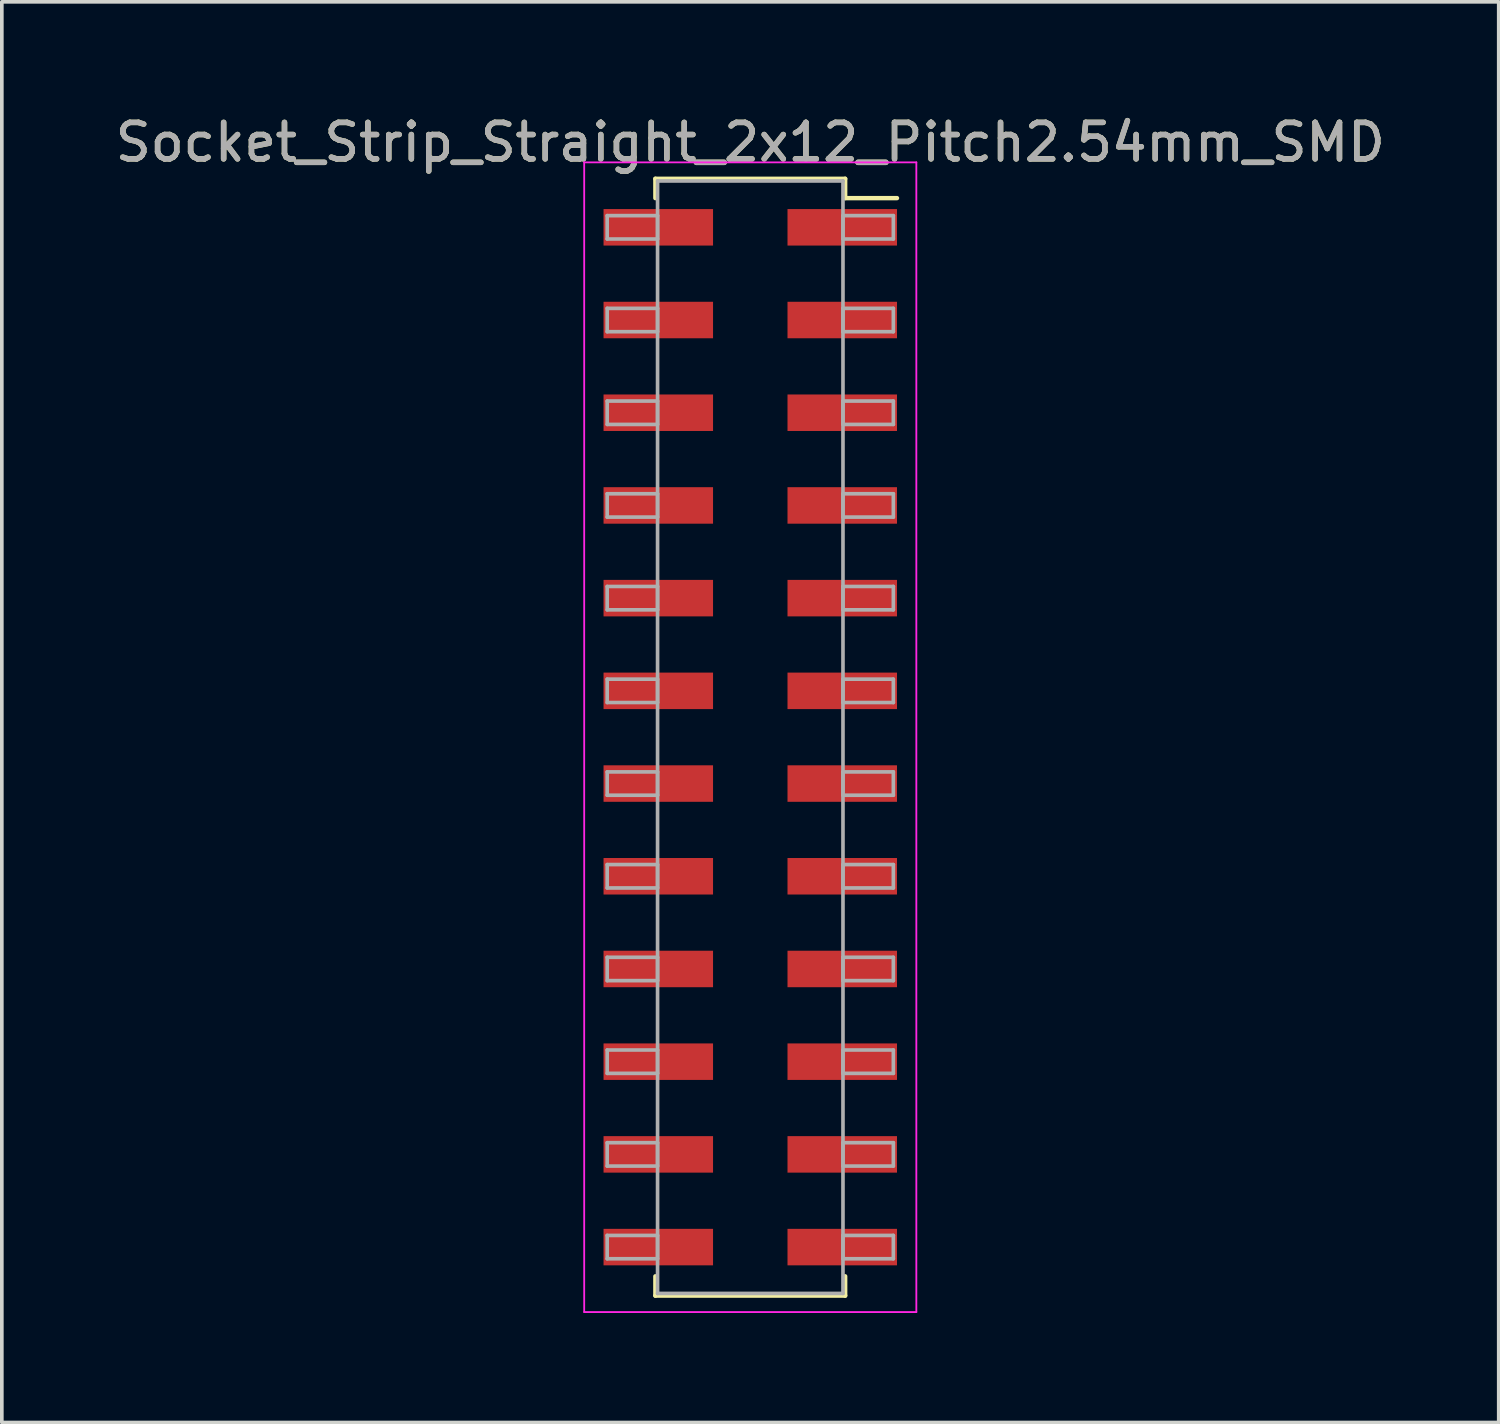
<source format=kicad_pcb>
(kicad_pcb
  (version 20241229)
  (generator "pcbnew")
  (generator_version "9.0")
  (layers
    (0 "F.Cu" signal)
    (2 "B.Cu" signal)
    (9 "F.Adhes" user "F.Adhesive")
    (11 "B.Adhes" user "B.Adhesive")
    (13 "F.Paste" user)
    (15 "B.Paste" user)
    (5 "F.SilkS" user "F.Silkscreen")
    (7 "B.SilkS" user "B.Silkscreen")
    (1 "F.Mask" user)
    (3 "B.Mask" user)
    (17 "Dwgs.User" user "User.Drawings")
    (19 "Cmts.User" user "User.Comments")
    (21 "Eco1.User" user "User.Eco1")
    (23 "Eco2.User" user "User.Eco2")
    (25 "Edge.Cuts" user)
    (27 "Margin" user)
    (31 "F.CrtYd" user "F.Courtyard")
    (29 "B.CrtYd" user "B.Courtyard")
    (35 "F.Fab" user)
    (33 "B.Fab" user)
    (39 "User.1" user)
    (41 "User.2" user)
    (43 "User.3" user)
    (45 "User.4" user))
  (footprint "Socket_Strip_Straight_2x12_Pitch2.54mm_SMD"
    (layer "F.Cu")
    (at 17.506 17.148)
    (property "Reference" "Socket_Strip_Straight_2x12_Pitch2.54mm_SMD" (at 0 -16.3 0) (layer "F.SilkS") (effects (font (size 1 1) (thickness 0.15))))
    (attr smd)
    (fp_line (start -2.6 -15.3) (end 2.6 -15.3) (stroke (width 0.12) (type solid)) (layer "F.SilkS"))
    (fp_line (start -2.6 -14.77) (end -2.6 -15.3) (stroke (width 0.12) (type solid)) (layer "F.SilkS"))
    (fp_line (start -2.6 14.77) (end -2.6 15.3) (stroke (width 0.12) (type solid)) (layer "F.SilkS"))
    (fp_line (start -2.6 15.3) (end 2.6 15.3) (stroke (width 0.12) (type solid)) (layer "F.SilkS"))
    (fp_line (start 2.6 -15.3) (end 2.6 -14.77) (stroke (width 0.12) (type solid)) (layer "F.SilkS"))
    (fp_line (start 2.6 15.3) (end 2.6 14.77) (stroke (width 0.12) (type solid)) (layer "F.SilkS"))
    (fp_line (start 4.02 -14.77) (end 2.6 -14.77) (stroke (width 0.12) (type solid)) (layer "F.SilkS"))
    (fp_line (start -4.55 -15.75) (end -4.55 15.75) (stroke (width 0.05) (type solid)) (layer "F.CrtYd"))
    (fp_line (start -4.55 15.75) (end 4.55 15.75) (stroke (width 0.05) (type solid)) (layer "F.CrtYd"))
    (fp_line (start 4.55 -15.75) (end -4.55 -15.75) (stroke (width 0.05) (type solid)) (layer "F.CrtYd"))
    (fp_line (start 4.55 15.75) (end 4.55 -15.75) (stroke (width 0.05) (type solid)) (layer "F.CrtYd"))
    (fp_line (start -3.92 -14.29) (end -2.54 -14.29) (stroke (width 0.1) (type solid)) (layer "F.Fab"))
    (fp_line (start -3.92 -13.65) (end -3.92 -14.29) (stroke (width 0.1) (type solid)) (layer "F.Fab"))
    (fp_line (start -3.92 -11.75) (end -2.54 -11.75) (stroke (width 0.1) (type solid)) (layer "F.Fab"))
    (fp_line (start -3.92 -11.11) (end -3.92 -11.75) (stroke (width 0.1) (type solid)) (layer "F.Fab"))
    (fp_line (start -3.92 -9.21) (end -2.54 -9.21) (stroke (width 0.1) (type solid)) (layer "F.Fab"))
    (fp_line (start -3.92 -8.57) (end -3.92 -9.21) (stroke (width 0.1) (type solid)) (layer "F.Fab"))
    (fp_line (start -3.92 -6.67) (end -2.54 -6.67) (stroke (width 0.1) (type solid)) (layer "F.Fab"))
    (fp_line (start -3.92 -6.03) (end -3.92 -6.67) (stroke (width 0.1) (type solid)) (layer "F.Fab"))
    (fp_line (start -3.92 -4.13) (end -2.54 -4.13) (stroke (width 0.1) (type solid)) (layer "F.Fab"))
    (fp_line (start -3.92 -3.49) (end -3.92 -4.13) (stroke (width 0.1) (type solid)) (layer "F.Fab"))
    (fp_line (start -3.92 -1.59) (end -2.54 -1.59) (stroke (width 0.1) (type solid)) (layer "F.Fab"))
    (fp_line (start -3.92 -0.95) (end -3.92 -1.59) (stroke (width 0.1) (type solid)) (layer "F.Fab"))
    (fp_line (start -3.92 0.95) (end -2.54 0.95) (stroke (width 0.1) (type solid)) (layer "F.Fab"))
    (fp_line (start -3.92 1.59) (end -3.92 0.95) (stroke (width 0.1) (type solid)) (layer "F.Fab"))
    (fp_line (start -3.92 3.49) (end -2.54 3.49) (stroke (width 0.1) (type solid)) (layer "F.Fab"))
    (fp_line (start -3.92 4.13) (end -3.92 3.49) (stroke (width 0.1) (type solid)) (layer "F.Fab"))
    (fp_line (start -3.92 6.03) (end -2.54 6.03) (stroke (width 0.1) (type solid)) (layer "F.Fab"))
    (fp_line (start -3.92 6.67) (end -3.92 6.03) (stroke (width 0.1) (type solid)) (layer "F.Fab"))
    (fp_line (start -3.92 8.57) (end -2.54 8.57) (stroke (width 0.1) (type solid)) (layer "F.Fab"))
    (fp_line (start -3.92 9.21) (end -3.92 8.57) (stroke (width 0.1) (type solid)) (layer "F.Fab"))
    (fp_line (start -3.92 11.11) (end -2.54 11.11) (stroke (width 0.1) (type solid)) (layer "F.Fab"))
    (fp_line (start -3.92 11.75) (end -3.92 11.11) (stroke (width 0.1) (type solid)) (layer "F.Fab"))
    (fp_line (start -3.92 13.65) (end -2.54 13.65) (stroke (width 0.1) (type solid)) (layer "F.Fab"))
    (fp_line (start -3.92 14.29) (end -3.92 13.65) (stroke (width 0.1) (type solid)) (layer "F.Fab"))
    (fp_line (start -2.54 -15.24) (end -2.54 15.24) (stroke (width 0.1) (type solid)) (layer "F.Fab"))
    (fp_line (start -2.54 -14.29) (end -2.54 -13.65) (stroke (width 0.1) (type solid)) (layer "F.Fab"))
    (fp_line (start -2.54 -13.65) (end -3.92 -13.65) (stroke (width 0.1) (type solid)) (layer "F.Fab"))
    (fp_line (start -2.54 -11.75) (end -2.54 -11.11) (stroke (width 0.1) (type solid)) (layer "F.Fab"))
    (fp_line (start -2.54 -11.11) (end -3.92 -11.11) (stroke (width 0.1) (type solid)) (layer "F.Fab"))
    (fp_line (start -2.54 -9.21) (end -2.54 -8.57) (stroke (width 0.1) (type solid)) (layer "F.Fab"))
    (fp_line (start -2.54 -8.57) (end -3.92 -8.57) (stroke (width 0.1) (type solid)) (layer "F.Fab"))
    (fp_line (start -2.54 -6.67) (end -2.54 -6.03) (stroke (width 0.1) (type solid)) (layer "F.Fab"))
    (fp_line (start -2.54 -6.03) (end -3.92 -6.03) (stroke (width 0.1) (type solid)) (layer "F.Fab"))
    (fp_line (start -2.54 -4.13) (end -2.54 -3.49) (stroke (width 0.1) (type solid)) (layer "F.Fab"))
    (fp_line (start -2.54 -3.49) (end -3.92 -3.49) (stroke (width 0.1) (type solid)) (layer "F.Fab"))
    (fp_line (start -2.54 -1.59) (end -2.54 -0.95) (stroke (width 0.1) (type solid)) (layer "F.Fab"))
    (fp_line (start -2.54 -0.95) (end -3.92 -0.95) (stroke (width 0.1) (type solid)) (layer "F.Fab"))
    (fp_line (start -2.54 0.95) (end -2.54 1.59) (stroke (width 0.1) (type solid)) (layer "F.Fab"))
    (fp_line (start -2.54 1.59) (end -3.92 1.59) (stroke (width 0.1) (type solid)) (layer "F.Fab"))
    (fp_line (start -2.54 3.49) (end -2.54 4.13) (stroke (width 0.1) (type solid)) (layer "F.Fab"))
    (fp_line (start -2.54 4.13) (end -3.92 4.13) (stroke (width 0.1) (type solid)) (layer "F.Fab"))
    (fp_line (start -2.54 6.03) (end -2.54 6.67) (stroke (width 0.1) (type solid)) (layer "F.Fab"))
    (fp_line (start -2.54 6.67) (end -3.92 6.67) (stroke (width 0.1) (type solid)) (layer "F.Fab"))
    (fp_line (start -2.54 8.57) (end -2.54 9.21) (stroke (width 0.1) (type solid)) (layer "F.Fab"))
    (fp_line (start -2.54 9.21) (end -3.92 9.21) (stroke (width 0.1) (type solid)) (layer "F.Fab"))
    (fp_line (start -2.54 11.11) (end -2.54 11.75) (stroke (width 0.1) (type solid)) (layer "F.Fab"))
    (fp_line (start -2.54 11.75) (end -3.92 11.75) (stroke (width 0.1) (type solid)) (layer "F.Fab"))
    (fp_line (start -2.54 13.65) (end -2.54 14.29) (stroke (width 0.1) (type solid)) (layer "F.Fab"))
    (fp_line (start -2.54 14.29) (end -3.92 14.29) (stroke (width 0.1) (type solid)) (layer "F.Fab"))
    (fp_line (start -2.54 15.24) (end 2.54 15.24) (stroke (width 0.1) (type solid)) (layer "F.Fab"))
    (fp_line (start 2.54 -15.24) (end -2.54 -15.24) (stroke (width 0.1) (type solid)) (layer "F.Fab"))
    (fp_line (start 2.54 -14.29) (end 2.54 -13.65) (stroke (width 0.1) (type solid)) (layer "F.Fab"))
    (fp_line (start 2.54 -13.65) (end 3.92 -13.65) (stroke (width 0.1) (type solid)) (layer "F.Fab"))
    (fp_line (start 2.54 -11.75) (end 2.54 -11.11) (stroke (width 0.1) (type solid)) (layer "F.Fab"))
    (fp_line (start 2.54 -11.11) (end 3.92 -11.11) (stroke (width 0.1) (type solid)) (layer "F.Fab"))
    (fp_line (start 2.54 -9.21) (end 2.54 -8.57) (stroke (width 0.1) (type solid)) (layer "F.Fab"))
    (fp_line (start 2.54 -8.57) (end 3.92 -8.57) (stroke (width 0.1) (type solid)) (layer "F.Fab"))
    (fp_line (start 2.54 -6.67) (end 2.54 -6.03) (stroke (width 0.1) (type solid)) (layer "F.Fab"))
    (fp_line (start 2.54 -6.03) (end 3.92 -6.03) (stroke (width 0.1) (type solid)) (layer "F.Fab"))
    (fp_line (start 2.54 -4.13) (end 2.54 -3.49) (stroke (width 0.1) (type solid)) (layer "F.Fab"))
    (fp_line (start 2.54 -3.49) (end 3.92 -3.49) (stroke (width 0.1) (type solid)) (layer "F.Fab"))
    (fp_line (start 2.54 -1.59) (end 2.54 -0.95) (stroke (width 0.1) (type solid)) (layer "F.Fab"))
    (fp_line (start 2.54 -0.95) (end 3.92 -0.95) (stroke (width 0.1) (type solid)) (layer "F.Fab"))
    (fp_line (start 2.54 0.95) (end 2.54 1.59) (stroke (width 0.1) (type solid)) (layer "F.Fab"))
    (fp_line (start 2.54 1.59) (end 3.92 1.59) (stroke (width 0.1) (type solid)) (layer "F.Fab"))
    (fp_line (start 2.54 3.49) (end 2.54 4.13) (stroke (width 0.1) (type solid)) (layer "F.Fab"))
    (fp_line (start 2.54 4.13) (end 3.92 4.13) (stroke (width 0.1) (type solid)) (layer "F.Fab"))
    (fp_line (start 2.54 6.03) (end 2.54 6.67) (stroke (width 0.1) (type solid)) (layer "F.Fab"))
    (fp_line (start 2.54 6.67) (end 3.92 6.67) (stroke (width 0.1) (type solid)) (layer "F.Fab"))
    (fp_line (start 2.54 8.57) (end 2.54 9.21) (stroke (width 0.1) (type solid)) (layer "F.Fab"))
    (fp_line (start 2.54 9.21) (end 3.92 9.21) (stroke (width 0.1) (type solid)) (layer "F.Fab"))
    (fp_line (start 2.54 11.11) (end 2.54 11.75) (stroke (width 0.1) (type solid)) (layer "F.Fab"))
    (fp_line (start 2.54 11.75) (end 3.92 11.75) (stroke (width 0.1) (type solid)) (layer "F.Fab"))
    (fp_line (start 2.54 13.65) (end 2.54 14.29) (stroke (width 0.1) (type solid)) (layer "F.Fab"))
    (fp_line (start 2.54 14.29) (end 3.92 14.29) (stroke (width 0.1) (type solid)) (layer "F.Fab"))
    (fp_line (start 2.54 15.24) (end 2.54 -15.24) (stroke (width 0.1) (type solid)) (layer "F.Fab"))
    (fp_line (start 3.92 -14.29) (end 2.54 -14.29) (stroke (width 0.1) (type solid)) (layer "F.Fab"))
    (fp_line (start 3.92 -13.65) (end 3.92 -14.29) (stroke (width 0.1) (type solid)) (layer "F.Fab"))
    (fp_line (start 3.92 -11.75) (end 2.54 -11.75) (stroke (width 0.1) (type solid)) (layer "F.Fab"))
    (fp_line (start 3.92 -11.11) (end 3.92 -11.75) (stroke (width 0.1) (type solid)) (layer "F.Fab"))
    (fp_line (start 3.92 -9.21) (end 2.54 -9.21) (stroke (width 0.1) (type solid)) (layer "F.Fab"))
    (fp_line (start 3.92 -8.57) (end 3.92 -9.21) (stroke (width 0.1) (type solid)) (layer "F.Fab"))
    (fp_line (start 3.92 -6.67) (end 2.54 -6.67) (stroke (width 0.1) (type solid)) (layer "F.Fab"))
    (fp_line (start 3.92 -6.03) (end 3.92 -6.67) (stroke (width 0.1) (type solid)) (layer "F.Fab"))
    (fp_line (start 3.92 -4.13) (end 2.54 -4.13) (stroke (width 0.1) (type solid)) (layer "F.Fab"))
    (fp_line (start 3.92 -3.49) (end 3.92 -4.13) (stroke (width 0.1) (type solid)) (layer "F.Fab"))
    (fp_line (start 3.92 -1.59) (end 2.54 -1.59) (stroke (width 0.1) (type solid)) (layer "F.Fab"))
    (fp_line (start 3.92 -0.95) (end 3.92 -1.59) (stroke (width 0.1) (type solid)) (layer "F.Fab"))
    (fp_line (start 3.92 0.95) (end 2.54 0.95) (stroke (width 0.1) (type solid)) (layer "F.Fab"))
    (fp_line (start 3.92 1.59) (end 3.92 0.95) (stroke (width 0.1) (type solid)) (layer "F.Fab"))
    (fp_line (start 3.92 3.49) (end 2.54 3.49) (stroke (width 0.1) (type solid)) (layer "F.Fab"))
    (fp_line (start 3.92 4.13) (end 3.92 3.49) (stroke (width 0.1) (type solid)) (layer "F.Fab"))
    (fp_line (start 3.92 6.03) (end 2.54 6.03) (stroke (width 0.1) (type solid)) (layer "F.Fab"))
    (fp_line (start 3.92 6.67) (end 3.92 6.03) (stroke (width 0.1) (type solid)) (layer "F.Fab"))
    (fp_line (start 3.92 8.57) (end 2.54 8.57) (stroke (width 0.1) (type solid)) (layer "F.Fab"))
    (fp_line (start 3.92 9.21) (end 3.92 8.57) (stroke (width 0.1) (type solid)) (layer "F.Fab"))
    (fp_line (start 3.92 11.11) (end 2.54 11.11) (stroke (width 0.1) (type solid)) (layer "F.Fab"))
    (fp_line (start 3.92 11.75) (end 3.92 11.11) (stroke (width 0.1) (type solid)) (layer "F.Fab"))
    (fp_line (start 3.92 13.65) (end 2.54 13.65) (stroke (width 0.1) (type solid)) (layer "F.Fab"))
    (fp_line (start 3.92 14.29) (end 3.92 13.65) (stroke (width 0.1) (type solid)) (layer "F.Fab"))
    (fp_text user "${REFERENCE}" (at 0 -16.3 0) (layer "F.Fab") (effects (font (size 1 1) (thickness 0.15))))
    (pad "1" smd rect (at 2.52 -13.97) (size 3 1) (layers "F.Cu" "F.Mask" "F.Paste"))
    (pad "2" smd rect (at -2.52 -13.97) (size 3 1) (layers "F.Cu" "F.Mask" "F.Paste"))
    (pad "3" smd rect (at 2.52 -11.43) (size 3 1) (layers "F.Cu" "F.Mask" "F.Paste"))
    (pad "4" smd rect (at -2.52 -11.43) (size 3 1) (layers "F.Cu" "F.Mask" "F.Paste"))
    (pad "5" smd rect (at 2.52 -8.89) (size 3 1) (layers "F.Cu" "F.Mask" "F.Paste"))
    (pad "6" smd rect (at -2.52 -8.89) (size 3 1) (layers "F.Cu" "F.Mask" "F.Paste"))
    (pad "7" smd rect (at 2.52 -6.35) (size 3 1) (layers "F.Cu" "F.Mask" "F.Paste"))
    (pad "8" smd rect (at -2.52 -6.35) (size 3 1) (layers "F.Cu" "F.Mask" "F.Paste"))
    (pad "9" smd rect (at 2.52 -3.81) (size 3 1) (layers "F.Cu" "F.Mask" "F.Paste"))
    (pad "10" smd rect (at -2.52 -3.81) (size 3 1) (layers "F.Cu" "F.Mask" "F.Paste"))
    (pad "11" smd rect (at 2.52 -1.27) (size 3 1) (layers "F.Cu" "F.Mask" "F.Paste"))
    (pad "12" smd rect (at -2.52 -1.27) (size 3 1) (layers "F.Cu" "F.Mask" "F.Paste"))
    (pad "13" smd rect (at 2.52 1.27) (size 3 1) (layers "F.Cu" "F.Mask" "F.Paste"))
    (pad "14" smd rect (at -2.52 1.27) (size 3 1) (layers "F.Cu" "F.Mask" "F.Paste"))
    (pad "15" smd rect (at 2.52 3.81) (size 3 1) (layers "F.Cu" "F.Mask" "F.Paste"))
    (pad "16" smd rect (at -2.52 3.81) (size 3 1) (layers "F.Cu" "F.Mask" "F.Paste"))
    (pad "17" smd rect (at 2.52 6.35) (size 3 1) (layers "F.Cu" "F.Mask" "F.Paste"))
    (pad "18" smd rect (at -2.52 6.35) (size 3 1) (layers "F.Cu" "F.Mask" "F.Paste"))
    (pad "19" smd rect (at 2.52 8.89) (size 3 1) (layers "F.Cu" "F.Mask" "F.Paste"))
    (pad "20" smd rect (at -2.52 8.89) (size 3 1) (layers "F.Cu" "F.Mask" "F.Paste"))
    (pad "21" smd rect (at 2.52 11.43) (size 3 1) (layers "F.Cu" "F.Mask" "F.Paste"))
    (pad "22" smd rect (at -2.52 11.43) (size 3 1) (layers "F.Cu" "F.Mask" "F.Paste"))
    (pad "23" smd rect (at 2.52 13.97) (size 3 1) (layers "F.Cu" "F.Mask" "F.Paste"))
    (pad "24" smd rect (at -2.52 13.97) (size 3 1) (layers "F.Cu" "F.Mask" "F.Paste")))
  (gr_rect
    (start -3 -3)
    (end 38.012 35.923)
    (stroke (width 0.1) (type default))
    (fill no)
    (layer "Edge.Cuts")))
</source>
